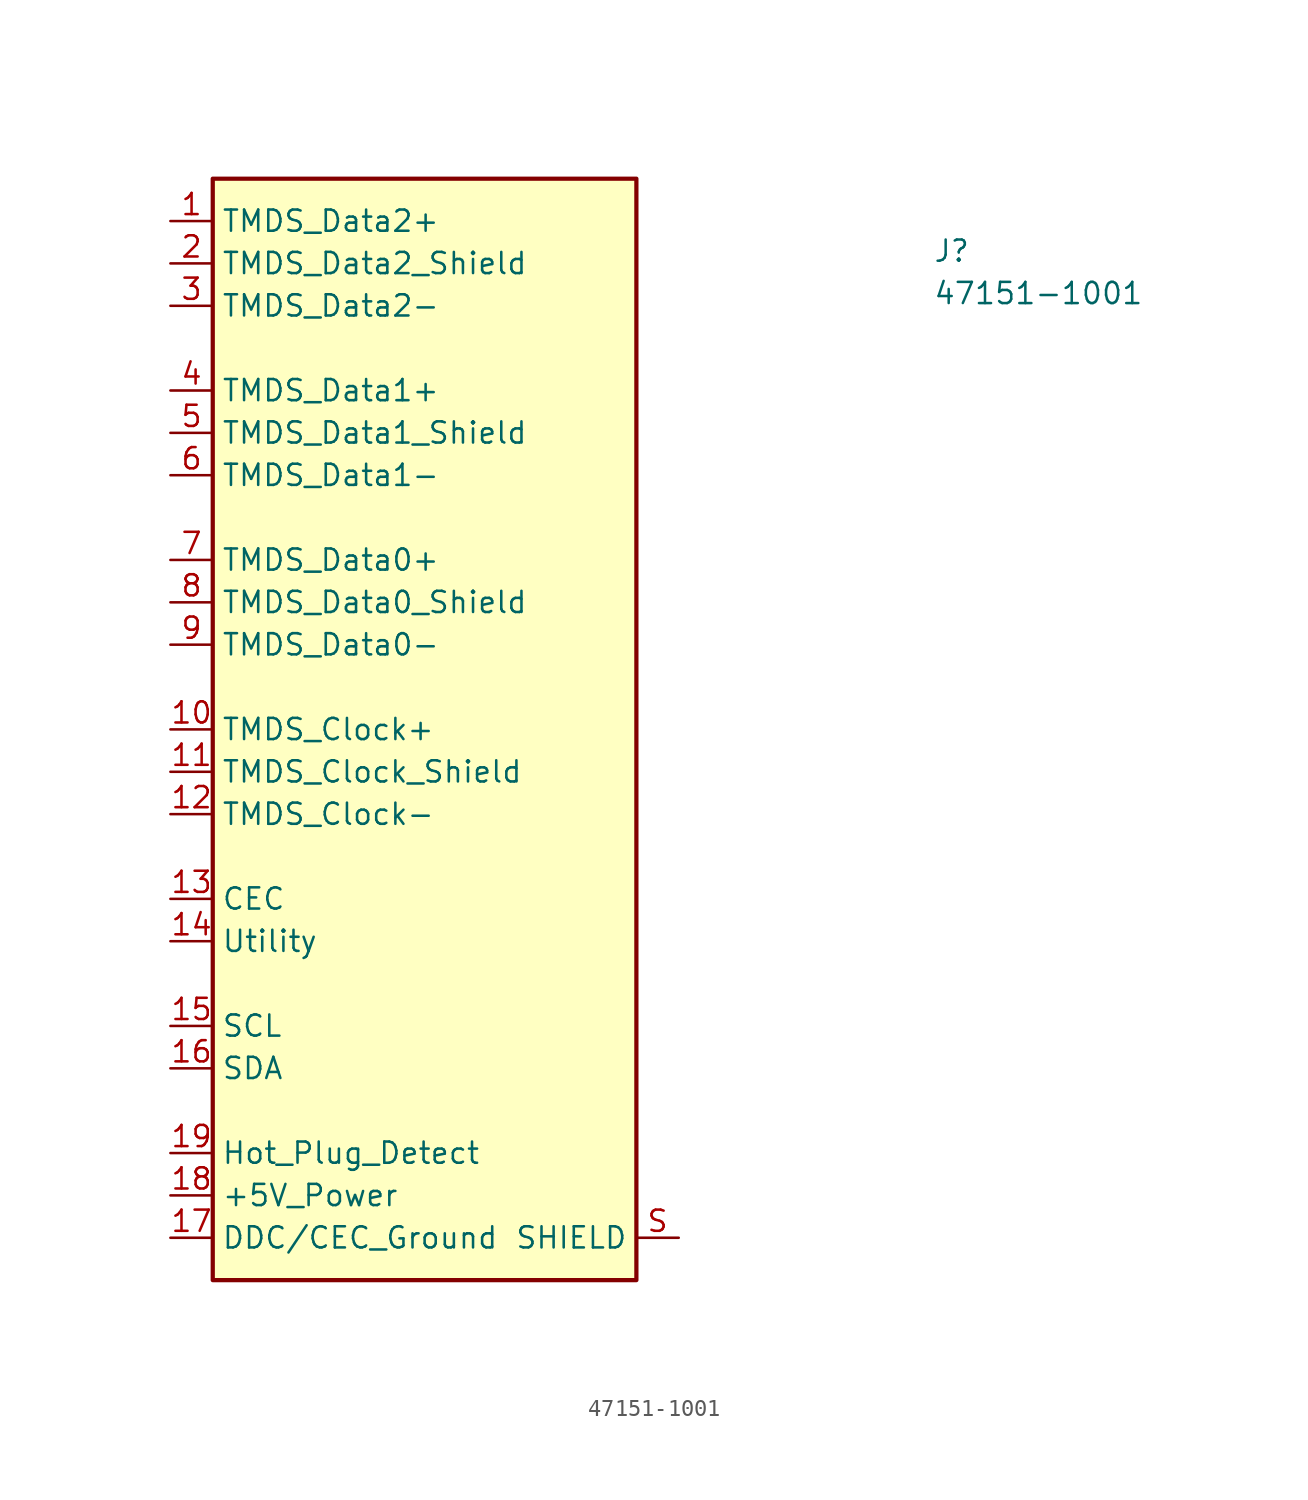
<source format=kicad_sym>
(kicad_symbol_lib
  (version 20211014)
  (generator kicad_symbol_editor)
  (symbol "47151-1001"
    (property "Reference" "J"
      (at 45.72 -2.54 0)
      (effects (font (size 1.27 1.27) (thickness 0.15)) (justify left bottom)))
    (property "Value" "47151-1001"
      (at 45.72 -5.08 0)
      (effects (font (size 1.27 1.27) (thickness 0.15)) (justify left bottom)))
    (symbol "47151-1001_1_1"
      (rectangle (start 2.54 2.54) (end 27.94 -63.5) (stroke (width 0.254) (type default) (color 0 0 0 0)) (fill (type background)))
      (pin passive line (at 0 0 0) (length 2.54) (name "TMDS_Data2+" (effects (font (size 1.27 1.27)))) (number "1" (effects (font (size 1.27 1.27)))))
      (pin passive line (at 0 -30.48 0) (length 2.54) (name "TMDS_Clock+" (effects (font (size 1.27 1.27)))) (number "10" (effects (font (size 1.27 1.27)))))
      (pin passive line (at 0 -33.02 0) (length 2.54) (name "TMDS_Clock_Shield" (effects (font (size 1.27 1.27)))) (number "11" (effects (font (size 1.27 1.27)))))
      (pin passive line (at 0 -35.56 0) (length 2.54) (name "TMDS_Clock-" (effects (font (size 1.27 1.27)))) (number "12" (effects (font (size 1.27 1.27)))))
      (pin passive line (at 0 -40.64 0) (length 2.54) (name "CEC" (effects (font (size 1.27 1.27)))) (number "13" (effects (font (size 1.27 1.27)))))
      (pin passive line (at 0 -43.18 0) (length 2.54) (name "Utility" (effects (font (size 1.27 1.27)))) (number "14" (effects (font (size 1.27 1.27)))))
      (pin bidirectional line (at 0 -48.26 0) (length 2.54) (name "SCL" (effects (font (size 1.27 1.27)))) (number "15" (effects (font (size 1.27 1.27)))))
      (pin bidirectional line (at 0 -50.8 0) (length 2.54) (name "SDA" (effects (font (size 1.27 1.27)))) (number "16" (effects (font (size 1.27 1.27)))))
      (pin power_in line (at 0 -60.96 0) (length 2.54) (name "DDC/CEC_Ground" (effects (font (size 1.27 1.27)))) (number "17" (effects (font (size 1.27 1.27)))))
      (pin power_in line (at 0 -58.42 0) (length 2.54) (name "+5V_Power" (effects (font (size 1.27 1.27)))) (number "18" (effects (font (size 1.27 1.27)))))
      (pin output line (at 0 -55.88 0) (length 2.54) (name "Hot_Plug_Detect" (effects (font (size 1.27 1.27)))) (number "19" (effects (font (size 1.27 1.27)))))
      (pin passive line (at 0 -2.54 0) (length 2.54) (name "TMDS_Data2_Shield" (effects (font (size 1.27 1.27)))) (number "2" (effects (font (size 1.27 1.27)))))
      (pin passive line (at 0 -5.08 0) (length 2.54) (name "TMDS_Data2-" (effects (font (size 1.27 1.27)))) (number "3" (effects (font (size 1.27 1.27)))))
      (pin passive line (at 0 -10.16 0) (length 2.54) (name "TMDS_Data1+" (effects (font (size 1.27 1.27)))) (number "4" (effects (font (size 1.27 1.27)))))
      (pin passive line (at 0 -12.7 0) (length 2.54) (name "TMDS_Data1_Shield" (effects (font (size 1.27 1.27)))) (number "5" (effects (font (size 1.27 1.27)))))
      (pin passive line (at 0 -15.24 0) (length 2.54) (name "TMDS_Data1-" (effects (font (size 1.27 1.27)))) (number "6" (effects (font (size 1.27 1.27)))))
      (pin passive line (at 0 -20.32 0) (length 2.54) (name "TMDS_Data0+" (effects (font (size 1.27 1.27)))) (number "7" (effects (font (size 1.27 1.27)))))
      (pin passive line (at 0 -22.86 0) (length 2.54) (name "TMDS_Data0_Shield" (effects (font (size 1.27 1.27)))) (number "8" (effects (font (size 1.27 1.27)))))
      (pin passive line (at 0 -25.4 0) (length 2.54) (name "TMDS_Data0-" (effects (font (size 1.27 1.27)))) (number "9" (effects (font (size 1.27 1.27)))))
      (pin passive line (at 30.48 -60.96 180) (length 2.54) (name "SHIELD" (effects (font (size 1.27 1.27)))) (number "S" (effects (font (size 1.27 1.27))))))))
</source>
